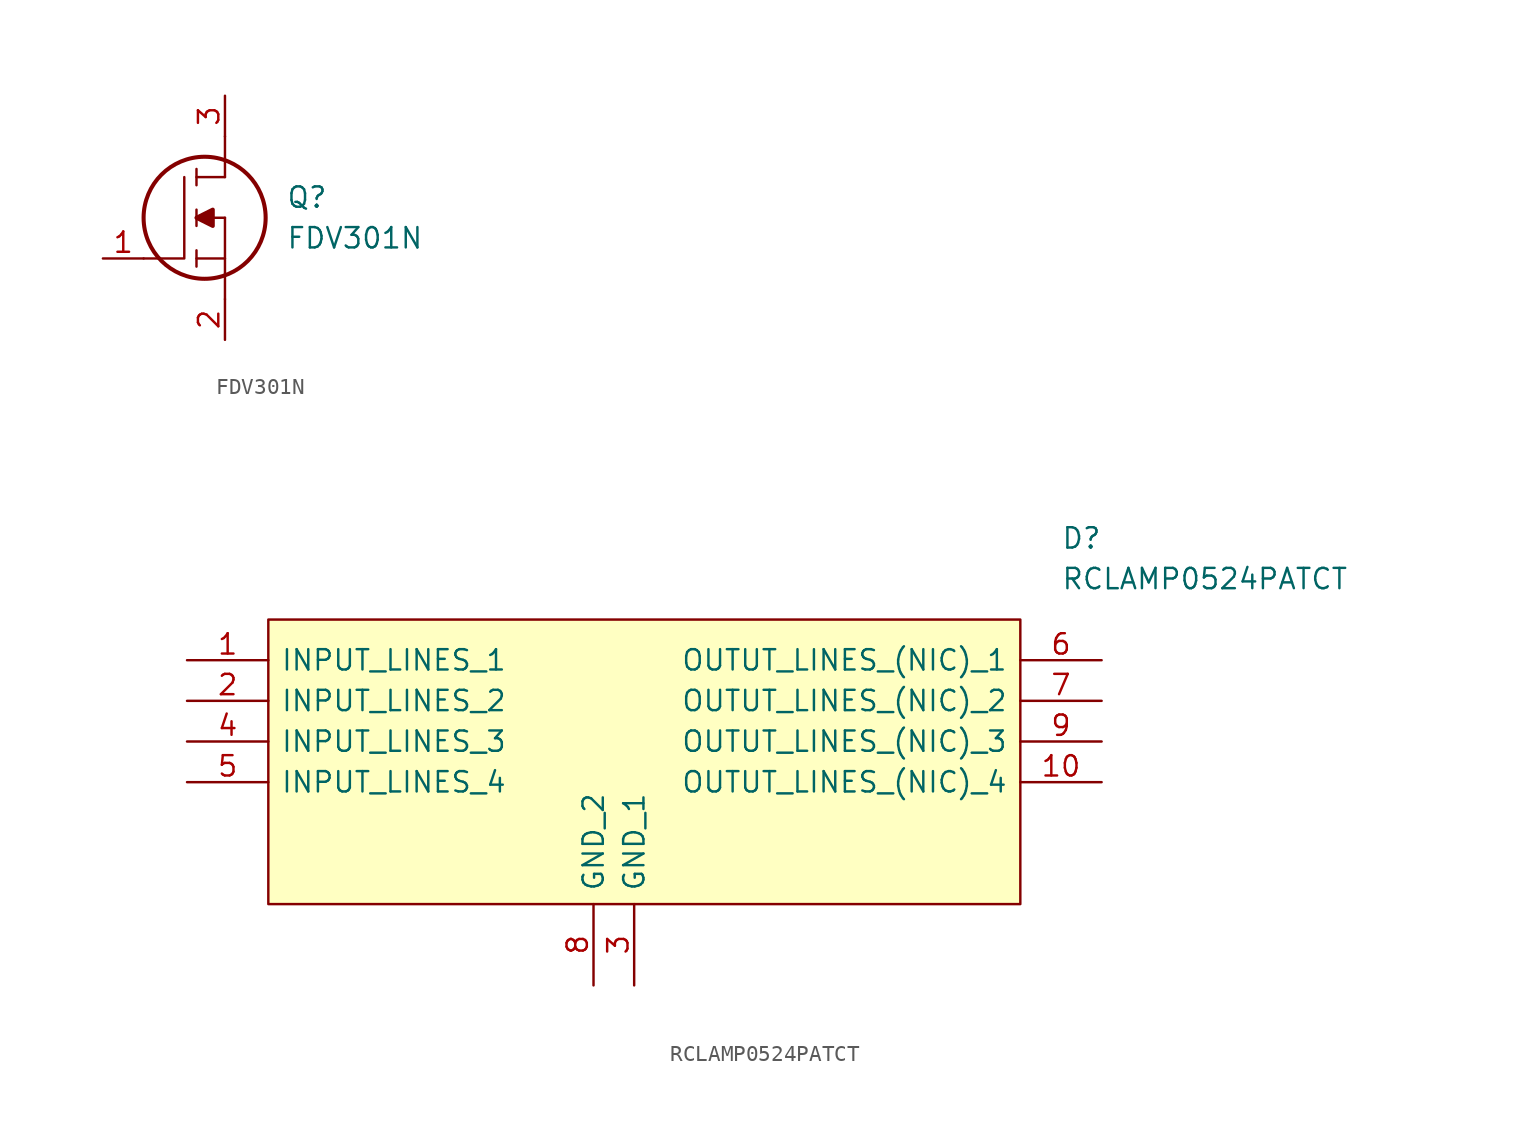
<source format=kicad_sym>
(kicad_symbol_lib
  (version 20211014)
  (generator kicad_symbol_editor)
  (symbol "FDV301N"
    (pin_names
      (offset 0.762))
    (property "Reference" "Q"
      (at 11.43 3.81 0)
      (effects (font (size 1.27 1.27)) (justify left)))
    (property "Value" "FDV301N"
      (at 11.43 1.27 0)
      (effects (font (size 1.27 1.27)) (justify left)))
    (symbol "FDV301N_0_0"
      (pin passive line (at 0 0 0) (length 2.54) (name "~" (effects (font (size 1.27 1.27)))) (number "1" (effects (font (size 1.27 1.27)))))
      (pin passive line (at 7.62 -5.08 90) (length 2.54) (name "~" (effects (font (size 1.27 1.27)))) (number "2" (effects (font (size 1.27 1.27)))))
      (pin passive line (at 7.62 10.16 270) (length 2.54) (name "~" (effects (font (size 1.27 1.27)))) (number "3" (effects (font (size 1.27 1.27))))))
    (symbol "FDV301N_0_1"
      (polyline (pts (xy 5.842 -0.508) (xy 5.842 0.508)) (stroke (width 0.152) (type default) (color 0 0 0 0)) (fill (type none)))
      (polyline (pts (xy 5.842 0) (xy 7.62 0)) (stroke (width 0.152) (type default) (color 0 0 0 0)) (fill (type none)))
      (polyline (pts (xy 5.842 2.032) (xy 5.842 3.048)) (stroke (width 0.152) (type default) (color 0 0 0 0)) (fill (type none)))
      (polyline (pts (xy 5.842 5.588) (xy 5.842 4.572)) (stroke (width 0.152) (type default) (color 0 0 0 0)) (fill (type none)))
      (polyline (pts (xy 7.62 2.54) (xy 5.842 2.54)) (stroke (width 0.152) (type default) (color 0 0 0 0)) (fill (type none)))
      (polyline (pts (xy 7.62 2.54) (xy 7.62 -2.54)) (stroke (width 0.152) (type default) (color 0 0 0 0)) (fill (type none)))
      (polyline (pts (xy 7.62 5.08) (xy 5.842 5.08)) (stroke (width 0.152) (type default) (color 0 0 0 0)) (fill (type none)))
      (polyline (pts (xy 7.62 5.08) (xy 7.62 7.62)) (stroke (width 0.152) (type default) (color 0 0 0 0)) (fill (type none)))
      (polyline (pts (xy 2.54 0) (xy 5.08 0) (xy 5.08 5.08)) (stroke (width 0.152) (type default) (color 0 0 0 0)) (fill (type none)))
      (polyline (pts (xy 5.842 2.54) (xy 6.858 3.048) (xy 6.858 2.032) (xy 5.842 2.54)) (stroke (width 0.254) (type default) (color 0 0 0 0)) (fill (type outline)))
      (circle (center 6.35 2.54) (radius 3.81) (stroke (width 0.254) (type default) (color 0 0 0 0)) (fill (type none)))))
  (symbol "RCLAMP0524PATCT"
    (pin_names
      (offset 0.762))
    (property "Reference" "D"
      (at 25.4 11.43 0)
      (effects (font (size 1.27 1.27)) (justify left)))
    (property "Value" "RCLAMP0524PATCT"
      (at 25.4 8.89 0)
      (effects (font (size 1.27 1.27)) (justify left)))
    (symbol "RCLAMP0524PATCT_0_0"
      (pin passive line (at -29.21 3.81 0) (length 5.08) (name "INPUT_LINES_1" (effects (font (size 1.27 1.27)))) (number "1" (effects (font (size 1.27 1.27)))))
      (pin passive line (at 27.94 -3.81 180) (length 5.08) (name "OUTUT_LINES_(NIC)_4" (effects (font (size 1.27 1.27)))) (number "10" (effects (font (size 1.27 1.27)))))
      (pin passive line (at -29.21 1.27 0) (length 5.08) (name "INPUT_LINES_2" (effects (font (size 1.27 1.27)))) (number "2" (effects (font (size 1.27 1.27)))))
      (pin passive line (at -1.27 -16.51 90) (length 5.08) (name "GND_1" (effects (font (size 1.27 1.27)))) (number "3" (effects (font (size 1.27 1.27)))))
      (pin passive line (at -29.21 -1.27 0) (length 5.08) (name "INPUT_LINES_3" (effects (font (size 1.27 1.27)))) (number "4" (effects (font (size 1.27 1.27)))))
      (pin passive line (at -29.21 -3.81 0) (length 5.08) (name "INPUT_LINES_4" (effects (font (size 1.27 1.27)))) (number "5" (effects (font (size 1.27 1.27)))))
      (pin passive line (at 27.94 3.81 180) (length 5.08) (name "OUTUT_LINES_(NIC)_1" (effects (font (size 1.27 1.27)))) (number "6" (effects (font (size 1.27 1.27)))))
      (pin passive line (at 27.94 1.27 180) (length 5.08) (name "OUTUT_LINES_(NIC)_2" (effects (font (size 1.27 1.27)))) (number "7" (effects (font (size 1.27 1.27)))))
      (pin passive line (at -3.81 -16.51 90) (length 5.08) (name "GND_2" (effects (font (size 1.27 1.27)))) (number "8" (effects (font (size 1.27 1.27)))))
      (pin passive line (at 27.94 -1.27 180) (length 5.08) (name "OUTUT_LINES_(NIC)_3" (effects (font (size 1.27 1.27)))) (number "9" (effects (font (size 1.27 1.27))))))
    (symbol "RCLAMP0524PATCT_0_1"
      (polyline (pts (xy -24.13 6.35) (xy 22.86 6.35) (xy 22.86 -11.43) (xy -24.13 -11.43) (xy -24.13 6.35)) (stroke (width 0.152) (type default) (color 0 0 0 0)) (fill (type background))))))
</source>
